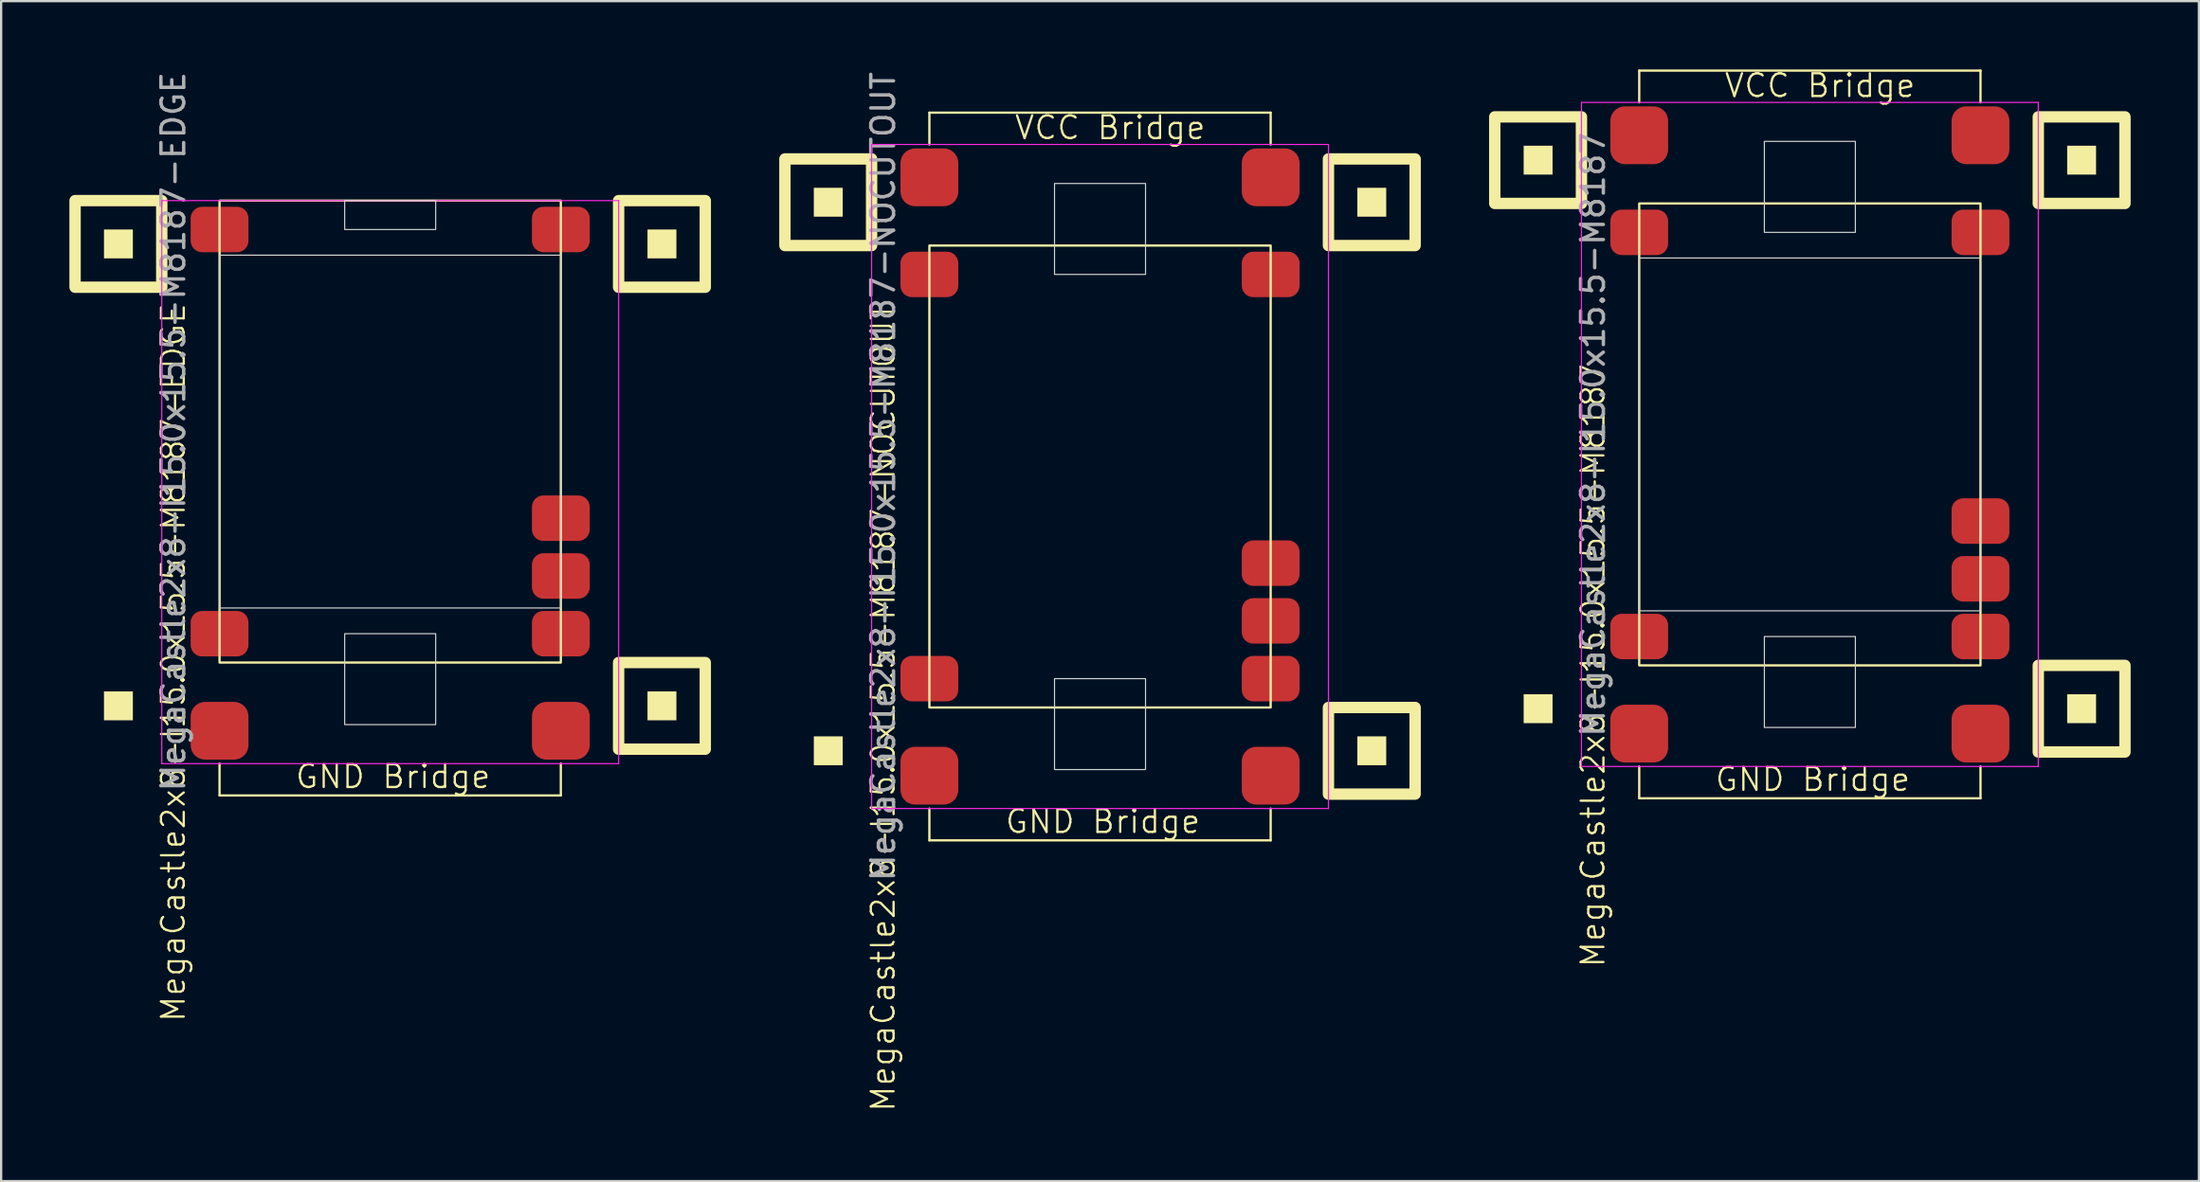
<source format=kicad_pcb>
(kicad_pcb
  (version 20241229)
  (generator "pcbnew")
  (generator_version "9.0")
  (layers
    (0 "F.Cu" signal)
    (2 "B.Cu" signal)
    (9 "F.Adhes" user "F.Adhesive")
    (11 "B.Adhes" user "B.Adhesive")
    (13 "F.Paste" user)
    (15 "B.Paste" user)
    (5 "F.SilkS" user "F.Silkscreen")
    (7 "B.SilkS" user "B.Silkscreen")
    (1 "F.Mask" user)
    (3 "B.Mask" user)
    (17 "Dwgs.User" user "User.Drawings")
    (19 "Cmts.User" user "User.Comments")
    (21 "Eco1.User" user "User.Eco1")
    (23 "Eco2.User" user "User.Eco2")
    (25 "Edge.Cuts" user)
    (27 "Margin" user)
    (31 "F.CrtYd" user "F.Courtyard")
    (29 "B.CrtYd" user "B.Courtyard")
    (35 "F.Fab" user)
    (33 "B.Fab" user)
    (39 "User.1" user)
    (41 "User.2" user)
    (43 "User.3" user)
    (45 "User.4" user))
  (footprint "MegaCastle2x8-I15.0x15.5-M8187"
    (layer "F.Cu")
    (at 76.5 16.06)
    (property "Reference" "MegaCastle2x8-I15.0x15.5-M8187" (at -9.532 10.16 90) (unlocked yes) (layer "F.SilkS") (effects (font (size 1 1) (thickness 0.1))))
    (attr smd)
    (fp_line (start -7.5 -16.005) (end 7.5 -16.005) (stroke (width 0.1) (type default)) (layer "F.SilkS"))
    (fp_line (start -7.5 -14.605) (end -7.5 -16.005) (stroke (width 0.1) (type default)) (layer "F.SilkS"))
    (fp_line (start -7.5 14.605) (end -7.5 16.005) (stroke (width 0.1) (type default)) (layer "F.SilkS"))
    (fp_line (start -7.5 16.005) (end 7.5 16.005) (stroke (width 0.1) (type default)) (layer "F.SilkS"))
    (fp_line (start 7.5 -14.605) (end 7.5 -16.005) (stroke (width 0.1) (type default)) (layer "F.SilkS"))
    (fp_line (start 7.5 14.605) (end 7.5 16.005) (stroke (width 0.1) (type default)) (layer "F.SilkS"))
    (fp_rect (start -11.31 -11.43) (end -12.58 -12.7) (stroke (width 0) (type solid)) (fill yes) (layer "F.SilkS"))
    (fp_rect (start -11.31 12.7) (end -12.58 11.43) (stroke (width 0) (type solid)) (fill yes) (layer "F.SilkS"))
    (fp_rect (start -10.04 -10.16) (end -13.85 -13.97) (stroke (width 0.5) (type default)) (fill no) (layer "F.SilkS"))
    (fp_rect (start -7.5 -10.16) (end 7.5 10.16) (stroke (width 0.1) (type default)) (fill no) (layer "F.SilkS"))
    (fp_rect (start 12.58 -11.43) (end 11.31 -12.7) (stroke (width 0) (type solid)) (fill yes) (layer "F.SilkS"))
    (fp_rect (start 12.58 12.7) (end 11.31 11.43) (stroke (width 0) (type solid)) (fill yes) (layer "F.SilkS"))
    (fp_rect (start 13.85 -10.16) (end 10.04 -13.97) (stroke (width 0.5) (type default)) (fill no) (layer "F.SilkS"))
    (fp_rect (start 13.85 13.97) (end 10.04 10.16) (stroke (width 0.5) (type default)) (fill no) (layer "F.SilkS"))
    (fp_rect (start -7.5 -7.76) (end 7.5 7.76) (stroke (width 0.05) (type default)) (fill no) (layer "Edge.Cuts"))
    (fp_rect (start -2 -8.89) (end 2 -12.89) (stroke (width 0.05) (type default)) (fill no) (layer "Edge.Cuts"))
    (fp_rect (start -2 8.89) (end 2 12.89) (stroke (width 0.05) (type default)) (fill no) (layer "Edge.Cuts"))
    (fp_line (start -10.04 -14.605) (end -10.04 14.605) (stroke (width 0.05) (type default)) (layer "F.CrtYd"))
    (fp_line (start -10.04 14.605) (end 10.04 14.605) (stroke (width 0.05) (type default)) (layer "F.CrtYd"))
    (fp_line (start 10.04 -14.605) (end -10.04 -14.605) (stroke (width 0.05) (type default)) (layer "F.CrtYd"))
    (fp_line (start 10.04 -14.605) (end 10.04 14.605) (stroke (width 0.05) (type default)) (layer "F.CrtYd"))
    (fp_text user "VCC Bridge" (at -3.81 -14.76 0) (unlocked yes) (layer "F.SilkS") (effects (font (size 1 1) (thickness 0.1)) (justify left bottom)))
    (fp_text user "GND Bridge" (at -4.226 15.76 0) (unlocked yes) (layer "F.SilkS") (effects (font (size 1 1) (thickness 0.1)) (justify left bottom)))
    (fp_text user "${REFERENCE}" (at -9.532 0 90) (unlocked yes) (layer "F.Fab") (effects (font (size 1 1) (thickness 0.15))))
    (pad "1" smd roundrect (at -7.5 -8.89) (size 2.54 2) (layers "F.Cu" "F.Mask" "F.Paste") (roundrect_rratio 0.25))
    (pad "8" smd roundrect (at -7.5 8.89) (size 2.54 2) (layers "F.Cu" "F.Mask" "F.Paste") (roundrect_rratio 0.25))
    (pad "9" smd roundrect (at 7.5 -8.89) (size 2.54 2) (layers "F.Cu" "F.Mask" "F.Paste") (roundrect_rratio 0.25))
    (pad "14" smd roundrect (at 7.5 3.81) (size 2.54 2) (layers "F.Cu" "F.Mask" "F.Paste") (roundrect_rratio 0.25))
    (pad "15" smd roundrect (at 7.5 6.35) (size 2.54 2) (layers "F.Cu" "F.Mask" "F.Paste") (roundrect_rratio 0.25))
    (pad "16" smd roundrect (at 7.5 8.89) (size 2.54 2) (layers "F.Cu" "F.Mask" "F.Paste") (roundrect_rratio 0.25))
    (pad "A1" smd roundrect (at -7.5 -13.16) (size 2.54 2.54) (layers "F.Cu" "F.Mask" "F.Paste") (roundrect_rratio 0.25))
    (pad "A2" smd roundrect (at 7.5 -13.16) (size 2.54 2.54) (layers "F.Cu" "F.Mask" "F.Paste") (roundrect_rratio 0.25))
    (pad "B1" smd roundrect (at -7.5 13.16) (size 2.54 2.54) (layers "F.Cu" "F.Mask" "F.Paste") (roundrect_rratio 0.25))
    (pad "B2" smd roundrect (at 7.5 13.16) (size 2.54 2.54) (layers "F.Cu" "F.Mask" "F.Paste") (roundrect_rratio 0.25)))
  (footprint "MegaCastle2x8-I15.0x15.5-M8187-NOCUTOUT"
    (layer "F.Cu")
    (at 45.3 17.911)
    (property "Reference" "MegaCastle2x8-I15.0x15.5-M8187-NOCUTOUT" (at -9.532 10.16 90) (unlocked yes) (layer "F.SilkS") (effects (font (size 1 1) (thickness 0.1))))
    (attr smd)
    (fp_line (start -7.5 -16.005) (end 7.5 -16.005) (stroke (width 0.1) (type default)) (layer "F.SilkS"))
    (fp_line (start -7.5 -14.605) (end -7.5 -16.005) (stroke (width 0.1) (type default)) (layer "F.SilkS"))
    (fp_line (start -7.5 14.605) (end -7.5 16.005) (stroke (width 0.1) (type default)) (layer "F.SilkS"))
    (fp_line (start -7.5 16.005) (end 7.5 16.005) (stroke (width 0.1) (type default)) (layer "F.SilkS"))
    (fp_line (start 7.5 -14.605) (end 7.5 -16.005) (stroke (width 0.1) (type default)) (layer "F.SilkS"))
    (fp_line (start 7.5 14.605) (end 7.5 16.005) (stroke (width 0.1) (type default)) (layer "F.SilkS"))
    (fp_rect (start -11.31 -11.43) (end -12.58 -12.7) (stroke (width 0) (type solid)) (fill yes) (layer "F.SilkS"))
    (fp_rect (start -11.31 12.7) (end -12.58 11.43) (stroke (width 0) (type solid)) (fill yes) (layer "F.SilkS"))
    (fp_rect (start -10.04 -10.16) (end -13.85 -13.97) (stroke (width 0.5) (type default)) (fill no) (layer "F.SilkS"))
    (fp_rect (start -7.5 -10.16) (end 7.5 10.16) (stroke (width 0.1) (type default)) (fill no) (layer "F.SilkS"))
    (fp_rect (start 12.58 -11.43) (end 11.31 -12.7) (stroke (width 0) (type solid)) (fill yes) (layer "F.SilkS"))
    (fp_rect (start 12.58 12.7) (end 11.31 11.43) (stroke (width 0) (type solid)) (fill yes) (layer "F.SilkS"))
    (fp_rect (start 13.85 -10.16) (end 10.04 -13.97) (stroke (width 0.5) (type default)) (fill no) (layer "F.SilkS"))
    (fp_rect (start 13.85 13.97) (end 10.04 10.16) (stroke (width 0.5) (type default)) (fill no) (layer "F.SilkS"))
    (fp_rect (start -2 -8.89) (end 2 -12.89) (stroke (width 0.05) (type default)) (fill no) (layer "Edge.Cuts"))
    (fp_rect (start -2 8.89) (end 2 12.89) (stroke (width 0.05) (type default)) (fill no) (layer "Edge.Cuts"))
    (fp_line (start -10.04 -14.605) (end -10.04 14.605) (stroke (width 0.05) (type default)) (layer "F.CrtYd"))
    (fp_line (start -10.04 14.605) (end 10.04 14.605) (stroke (width 0.05) (type default)) (layer "F.CrtYd"))
    (fp_line (start 10.04 -14.605) (end -10.04 -14.605) (stroke (width 0.05) (type default)) (layer "F.CrtYd"))
    (fp_line (start 10.04 -14.605) (end 10.04 14.605) (stroke (width 0.05) (type default)) (layer "F.CrtYd"))
    (fp_text user "VCC Bridge" (at -3.81 -14.76 0) (unlocked yes) (layer "F.SilkS") (effects (font (size 1 1) (thickness 0.1)) (justify left bottom)))
    (fp_text user "GND Bridge" (at -4.226 15.76 0) (unlocked yes) (layer "F.SilkS") (effects (font (size 1 1) (thickness 0.1)) (justify left bottom)))
    (fp_text user "${REFERENCE}" (at -9.532 0 90) (unlocked yes) (layer "F.Fab") (effects (font (size 1 1) (thickness 0.15))))
    (pad "1" smd roundrect (at -7.5 -8.89) (size 2.54 2) (layers "F.Cu" "F.Mask" "F.Paste") (roundrect_rratio 0.25))
    (pad "8" smd roundrect (at -7.5 8.89) (size 2.54 2) (layers "F.Cu" "F.Mask" "F.Paste") (roundrect_rratio 0.25))
    (pad "9" smd roundrect (at 7.5 -8.89) (size 2.54 2) (layers "F.Cu" "F.Mask" "F.Paste") (roundrect_rratio 0.25))
    (pad "14" smd roundrect (at 7.5 3.81) (size 2.54 2) (layers "F.Cu" "F.Mask" "F.Paste") (roundrect_rratio 0.25))
    (pad "15" smd roundrect (at 7.5 6.35) (size 2.54 2) (layers "F.Cu" "F.Mask" "F.Paste") (roundrect_rratio 0.25))
    (pad "16" smd roundrect (at 7.5 8.89) (size 2.54 2) (layers "F.Cu" "F.Mask" "F.Paste") (roundrect_rratio 0.25))
    (pad "A1" smd roundrect (at -7.5 -13.16) (size 2.54 2.54) (layers "F.Cu" "F.Mask" "F.Paste") (roundrect_rratio 0.25))
    (pad "A2" smd roundrect (at 7.5 -13.16) (size 2.54 2.54) (layers "F.Cu" "F.Mask" "F.Paste") (roundrect_rratio 0.25))
    (pad "B1" smd roundrect (at -7.5 13.16) (size 2.54 2.54) (layers "F.Cu" "F.Mask" "F.Paste") (roundrect_rratio 0.25))
    (pad "B2" smd roundrect (at 7.5 13.16) (size 2.54 2.54) (layers "F.Cu" "F.Mask" "F.Paste") (roundrect_rratio 0.25)))
  (footprint "MegaCastle2x8-I15.0x15.5-M8187-EDGE"
    (layer "F.Cu")
    (at 14.1 15.935)
    (property "Reference" "MegaCastle2x8-I15.0x15.5-M8187-EDGE" (at -9.532 10.16 90) (unlocked yes) (layer "F.SilkS") (effects (font (size 1 1) (thickness 0.1))))
    (attr smd)
    (fp_line (start -7.5 14.605) (end -7.5 16.005) (stroke (width 0.1) (type default)) (layer "F.SilkS"))
    (fp_line (start -7.5 16.005) (end 7.5 16.005) (stroke (width 0.1) (type default)) (layer "F.SilkS"))
    (fp_line (start 7.5 14.605) (end 7.5 16.005) (stroke (width 0.1) (type default)) (layer "F.SilkS"))
    (fp_rect (start -11.31 -7.62) (end -12.58 -8.89) (stroke (width 0) (type solid)) (fill yes) (layer "F.SilkS"))
    (fp_rect (start -11.31 12.7) (end -12.58 11.43) (stroke (width 0) (type solid)) (fill yes) (layer "F.SilkS"))
    (fp_rect (start -10.04 -6.35) (end -13.85 -10.16) (stroke (width 0.5) (type default)) (fill no) (layer "F.SilkS"))
    (fp_rect (start -7.5 -10.16) (end 7.5 10.16) (stroke (width 0.1) (type default)) (fill no) (layer "F.SilkS"))
    (fp_rect (start 12.58 -7.62) (end 11.31 -8.89) (stroke (width 0) (type solid)) (fill yes) (layer "F.SilkS"))
    (fp_rect (start 12.58 12.7) (end 11.31 11.43) (stroke (width 0) (type solid)) (fill yes) (layer "F.SilkS"))
    (fp_rect (start 13.85 -6.35) (end 10.04 -10.16) (stroke (width 0.5) (type default)) (fill no) (layer "F.SilkS"))
    (fp_rect (start 13.85 13.97) (end 10.04 10.16) (stroke (width 0.5) (type default)) (fill no) (layer "F.SilkS"))
    (fp_rect (start -7.5 -7.76) (end 7.5 7.76) (stroke (width 0.05) (type default)) (fill no) (layer "Edge.Cuts"))
    (fp_rect (start -2 -8.89) (end 2 -10.16) (stroke (width 0.05) (type default)) (fill no) (layer "Edge.Cuts"))
    (fp_rect (start -2 8.89) (end 2 12.89) (stroke (width 0.05) (type default)) (fill no) (layer "Edge.Cuts"))
    (fp_line (start -10.04 -10.16) (end -10.04 14.605) (stroke (width 0.05) (type default)) (layer "F.CrtYd"))
    (fp_line (start -10.04 14.605) (end 10.04 14.605) (stroke (width 0.05) (type default)) (layer "F.CrtYd"))
    (fp_line (start 10.04 -10.16) (end -10.04 -10.16) (stroke (width 0.05) (type default)) (layer "F.CrtYd"))
    (fp_line (start 10.04 -10.16) (end 10.04 14.605) (stroke (width 0.05) (type default)) (layer "F.CrtYd"))
    (fp_text user "GND Bridge" (at -4.226 15.76 0) (unlocked yes) (layer "F.SilkS") (effects (font (size 1 1) (thickness 0.1)) (justify left bottom)))
    (fp_text user "${REFERENCE}" (at -9.532 0 90) (unlocked yes) (layer "F.Fab") (effects (font (size 1 1) (thickness 0.15))))
    (pad "1" smd roundrect (at -7.5 -8.89) (size 2.54 2) (layers "F.Cu" "F.Mask" "F.Paste") (roundrect_rratio 0.25))
    (pad "8" smd roundrect (at -7.5 8.89) (size 2.54 2) (layers "F.Cu" "F.Mask" "F.Paste") (roundrect_rratio 0.25))
    (pad "9" smd roundrect (at 7.5 -8.89) (size 2.54 2) (layers "F.Cu" "F.Mask" "F.Paste") (roundrect_rratio 0.25))
    (pad "14" smd roundrect (at 7.5 3.81) (size 2.54 2) (layers "F.Cu" "F.Mask" "F.Paste") (roundrect_rratio 0.25))
    (pad "15" smd roundrect (at 7.5 6.35) (size 2.54 2) (layers "F.Cu" "F.Mask" "F.Paste") (roundrect_rratio 0.25))
    (pad "16" smd roundrect (at 7.5 8.89) (size 2.54 2) (layers "F.Cu" "F.Mask" "F.Paste") (roundrect_rratio 0.25))
    (pad "B1" smd roundrect (at -7.5 13.16) (size 2.54 2.54) (layers "F.Cu" "F.Mask" "F.Paste") (roundrect_rratio 0.25))
    (pad "B2" smd roundrect (at 7.5 13.16) (size 2.54 2.54) (layers "F.Cu" "F.Mask" "F.Paste") (roundrect_rratio 0.25)))
  (gr_rect
    (start -3 -3)
    (end 93.6 48.906)
    (stroke (width 0.1) (type default))
    (fill no)
    (layer "Edge.Cuts")))
</source>
